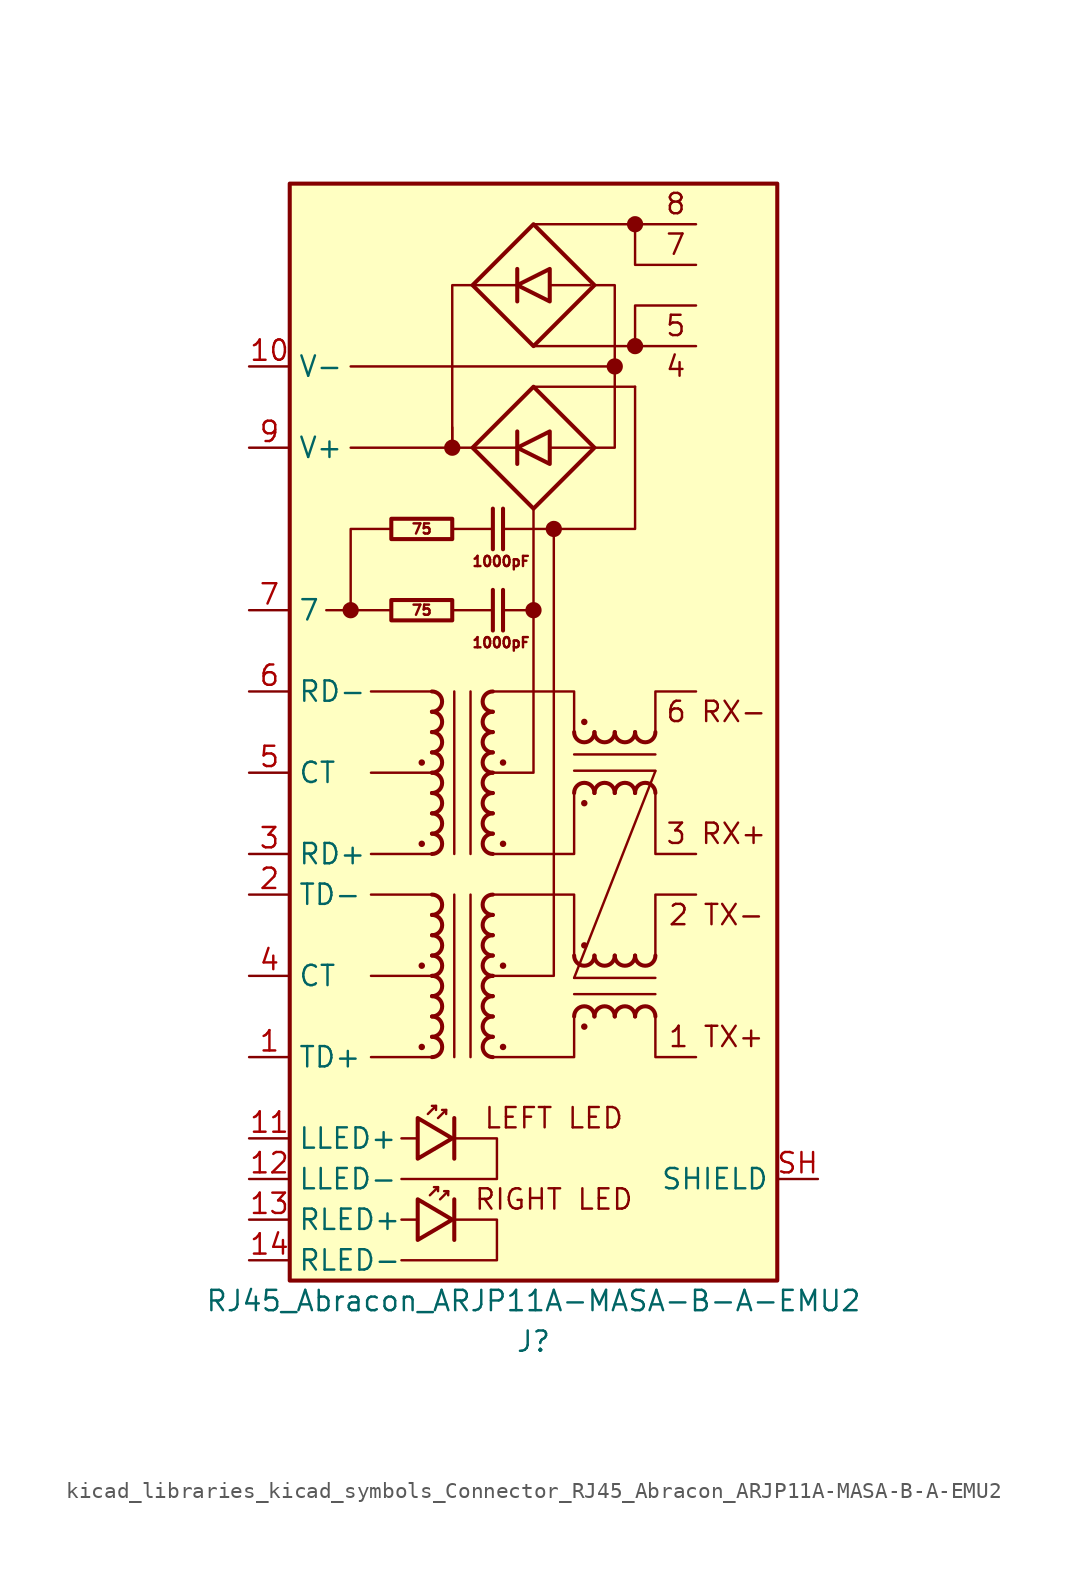
<source format=kicad_sym>
(kicad_symbol_lib
  (version 20220914)
  (generator kicad_symbol_editor)
  (symbol "kicad_libraries_kicad_symbols_Connector_RJ45_Abracon_ARJP11A-MASA-B-A-EMU2"
    (property "Reference" "J"
      (at 0 -38.1 0)
      (effects (font (size 1.27 1.27))))
    (property "Value" "RJ45_Abracon_ARJP11A-MASA-B-A-EMU2"
      (at 0 -35.56 0)
      (effects (font (size 1.27 1.27))))
    (symbol "kicad_libraries_kicad_symbols_Connector_RJ45_Abracon_ARJP11A-MASA-B-A-EMU2_0_0"
      (rectangle (start -15.24 34.29) (end 15.24 -34.29) (stroke (width 0.254) (type default)) (fill (type background)))
      (polyline (pts (xy -11.43 7.62) (xy -12.954 7.62)) (stroke (width 0) (type default)) (fill (type none)))
      (polyline (pts (xy -11.43 22.86) (xy 5.08 22.86)) (stroke (width 0) (type default)) (fill (type none)))
      (polyline (pts (xy -8.89 7.62) (xy -11.43 7.62)) (stroke (width 0) (type default)) (fill (type none)))
      (polyline (pts (xy -8.255 -25.4) (xy -7.239 -25.4)) (stroke (width 0) (type default)) (fill (type none)))
      (polyline (pts (xy -5.08 7.62) (xy -2.54 7.62)) (stroke (width 0) (type default)) (fill (type none)))
      (polyline (pts (xy -5.08 12.7) (xy -2.54 12.7)) (stroke (width 0) (type default)) (fill (type none)))
      (polyline (pts (xy -5.08 17.78) (xy -11.43 17.78)) (stroke (width 0) (type default)) (fill (type none)))
      (polyline (pts (xy -5.08 17.78) (xy -3.81 17.78)) (stroke (width 0) (type default)) (fill (type none)))
      (polyline (pts (xy -5.08 19.05) (xy -5.08 17.78)) (stroke (width 0) (type default)) (fill (type none)))
      (polyline (pts (xy -1.905 7.62) (xy 0 7.62)) (stroke (width 0) (type default)) (fill (type none)))
      (polyline (pts (xy -1.905 12.7) (xy 1.27 12.7)) (stroke (width 0) (type default)) (fill (type none)))
      (polyline (pts (xy 0 21.59) (xy 6.35 21.59)) (stroke (width 0) (type default)) (fill (type none)))
      (polyline (pts (xy 0 24.13) (xy 10.16 24.13)) (stroke (width 0) (type default)) (fill (type none)))
      (polyline (pts (xy 0 31.75) (xy 10.16 31.75)) (stroke (width 0) (type default)) (fill (type none)))
      (polyline (pts (xy -8.89 12.7) (xy -11.43 12.7) (xy -11.43 7.62)) (stroke (width 0) (type default)) (fill (type none)))
      (polyline (pts (xy -3.81 27.94) (xy -5.08 27.94) (xy -5.08 17.78)) (stroke (width 0) (type default)) (fill (type none)))
      (polyline (pts (xy -2.54 -2.54) (xy 0 -2.54) (xy 0 13.97)) (stroke (width 0) (type default)) (fill (type none)))
      (polyline (pts (xy 1.27 12.7) (xy 6.35 12.7) (xy 6.35 21.59)) (stroke (width 0) (type default)) (fill (type none)))
      (polyline (pts (xy 6.35 24.13) (xy 6.35 26.67) (xy 10.16 26.67)) (stroke (width 0) (type default)) (fill (type none)))
      (polyline (pts (xy 6.35 31.75) (xy 6.35 29.21) (xy 10.16 29.21)) (stroke (width 0) (type default)) (fill (type none)))
      (polyline (pts (xy -5.08 -25.4) (xy -2.286 -25.4) (xy -2.286 -27.94) (xy -8.255 -27.94)) (stroke (width 0) (type default)) (fill (type none)))
      (polyline (pts (xy -2.54 -15.24) (xy -1.27 -15.24) (xy 1.27 -15.24) (xy 1.27 12.7)) (stroke (width 0) (type default)) (fill (type none)))
      (polyline (pts (xy 3.81 17.78) (xy 5.08 17.78) (xy 5.08 27.94) (xy 3.81 27.94)) (stroke (width 0) (type default)) (fill (type none)))
      (circle (center 1.27 12.7) (radius 0.0001) (stroke (width 0.508) (type default)) (fill (type none)))
      (text "1 TX+" (at 11.43 -19.05 0) (effects (font (size 1.27 1.27))))
      (text "2 TX-" (at 11.43 -11.43 0) (effects (font (size 1.27 1.27))))
      (text "3 RX+" (at 11.43 -6.35 0) (effects (font (size 1.27 1.27))))
      (text "4" (at 8.89 22.86 0) (effects (font (size 1.27 1.27))))
      (text "5" (at 8.89 25.4 0) (effects (font (size 1.27 1.27))))
      (text "6 RX-" (at 11.43 1.27 0) (effects (font (size 1.27 1.27))))
      (text "7" (at 8.89 30.48 0) (effects (font (size 1.27 1.27))))
      (text "8" (at 8.89 33.02 0) (effects (font (size 1.27 1.27))))
      (text "LEFT LED" (at 1.27 -24.13 0) (effects (font (size 1.27 1.27)))))
    (symbol "kicad_libraries_kicad_symbols_Connector_RJ45_Abracon_ARJP11A-MASA-B-A-EMU2_0_1"
      (circle (center -6.985 -19.685) (radius 0.127) (stroke (width 0) (type default)) (fill (type outline)))
      (circle (center -6.985 -14.605) (radius 0.127) (stroke (width 0) (type default)) (fill (type outline)))
      (circle (center -6.985 -6.985) (radius 0.127) (stroke (width 0) (type default)) (fill (type outline)))
      (circle (center -6.985 -1.905) (radius 0.127) (stroke (width 0) (type default)) (fill (type outline)))
      (circle (center -1.905 -19.685) (radius 0.127) (stroke (width 0) (type default)) (fill (type outline)))
      (circle (center -1.905 -14.605) (radius 0.127) (stroke (width 0) (type default)) (fill (type outline)))
      (circle (center -1.905 -6.985) (radius 0.127) (stroke (width 0) (type default)) (fill (type outline)))
      (circle (center -1.905 -1.905) (radius 0.127) (stroke (width 0) (type default)) (fill (type outline)))
      (polyline (pts (xy -6.35 -20.32) (xy -10.16 -20.32)) (stroke (width 0) (type default)) (fill (type none)))
      (polyline (pts (xy -6.35 -15.24) (xy -10.16 -15.24)) (stroke (width 0) (type default)) (fill (type none)))
      (polyline (pts (xy -6.35 -10.16) (xy -10.16 -10.16)) (stroke (width 0) (type default)) (fill (type none)))
      (polyline (pts (xy -6.35 -7.62) (xy -10.16 -7.62)) (stroke (width 0) (type default)) (fill (type none)))
      (polyline (pts (xy -6.35 -2.54) (xy -10.16 -2.54)) (stroke (width 0) (type default)) (fill (type none)))
      (polyline (pts (xy -6.35 2.54) (xy -10.16 2.54)) (stroke (width 0) (type default)) (fill (type none)))
      (polyline (pts (xy -1.016 17.78) (xy -3.81 17.78)) (stroke (width 0) (type default)) (fill (type none)))
      (polyline (pts (xy -1.016 27.94) (xy -3.81 27.94)) (stroke (width 0) (type default)) (fill (type none)))
      (polyline (pts (xy 1.016 17.78) (xy 3.81 17.78)) (stroke (width 0) (type default)) (fill (type none)))
      (polyline (pts (xy 1.016 27.94) (xy 3.556 27.94)) (stroke (width 0) (type default)) (fill (type none)))
      (polyline (pts (xy 1.016 16.764) (xy 1.016 18.796) (xy -1.016 17.78) (xy 1.016 16.764)) (stroke (width 0.254) (type default)) (fill (type none)))
      (polyline (pts (xy 1.016 26.924) (xy 1.016 28.956) (xy -1.016 27.94) (xy 1.016 26.924)) (stroke (width 0.254) (type default)) (fill (type none)))
      (circle (center 3.175 -18.415) (radius 0.127) (stroke (width 0) (type default)) (fill (type outline)))
      (circle (center 3.175 -13.335) (radius 0.127) (stroke (width 0) (type default)) (fill (type outline)))
      (circle (center 3.175 -4.445) (radius 0.127) (stroke (width 0) (type default)) (fill (type outline)))
      (circle (center 3.175 0.635) (radius 0.127) (stroke (width 0) (type default)) (fill (type outline))))
    (symbol "kicad_libraries_kicad_symbols_Connector_RJ45_Abracon_ARJP11A-MASA-B-A-EMU2_1_0"
      (polyline (pts (xy -2.54 8.89) (xy -2.54 6.35)) (stroke (width 0.254) (type default)) (fill (type none)))
      (polyline (pts (xy -1.905 8.89) (xy -1.905 6.35)) (stroke (width 0.254) (type default)) (fill (type none)))
      (polyline (pts (xy -1.905 13.97) (xy -1.905 11.43)) (stroke (width 0.254) (type default)) (fill (type none)))
      (polyline (pts (xy -3.81 17.78) (xy 0 13.97) (xy 3.81 17.78) (xy 0 21.59) (xy -3.81 17.78)) (stroke (width 0.254) (type default)) (fill (type none)))
      (text "1000pF" (at -2.032 5.588 0) (effects (font (size 0.635 0.635))))
      (text "1000pF" (at -2.032 10.668 0) (effects (font (size 0.635 0.635)))))
    (symbol "kicad_libraries_kicad_symbols_Connector_RJ45_Abracon_ARJP11A-MASA-B-A-EMU2_1_1"
      (circle (center -11.43 7.62) (radius 0.0001) (stroke (width 0.508) (type default)) (fill (type none)))
      (rectangle (start -8.89 8.255) (end -5.08 6.985) (stroke (width 0.254) (type default)) (fill (type none)))
      (rectangle (start -8.89 13.335) (end -5.08 12.065) (stroke (width 0.254) (type default)) (fill (type none)))
      (arc (start -6.35 1.27) (mid -5.7177 1.905) (end -6.35 2.54) (stroke (width 0.254) (type default)) (fill (type none)))
      (arc (start -6.3473 -11.43) (mid -5.715 -10.795) (end -6.3473 -10.16) (stroke (width 0.254) (type default)) (fill (type none)))
      (arc (start -6.3473 -7.62) (mid -5.715 -6.985) (end -6.3473 -6.35) (stroke (width 0.254) (type default)) (fill (type none)))
      (arc (start -6.3473 -6.35) (mid -5.715 -5.715) (end -6.3473 -5.08) (stroke (width 0.254) (type default)) (fill (type none)))
      (arc (start -6.3473 -5.08) (mid -5.715 -4.445) (end -6.3473 -3.81) (stroke (width 0.254) (type default)) (fill (type none)))
      (arc (start -6.3473 -3.81) (mid -5.715 -3.175) (end -6.3473 -2.54) (stroke (width 0.254) (type default)) (fill (type none)))
      (arc (start -6.3473 -2.54) (mid -5.715 -1.905) (end -6.3473 -1.27) (stroke (width 0.254) (type default)) (fill (type none)))
      (arc (start -6.3473 -1.27) (mid -5.715 -0.635) (end -6.3473 0) (stroke (width 0.254) (type default)) (fill (type none)))
      (arc (start -6.3473 0) (mid -5.715 0.635) (end -6.3473 1.27) (stroke (width 0.254) (type default)) (fill (type none)))
      (arc (start -6.3446 -20.32) (mid -5.7123 -19.685) (end -6.3446 -19.05) (stroke (width 0.254) (type default)) (fill (type none)))
      (arc (start -6.3446 -19.05) (mid -5.7123 -18.415) (end -6.3446 -17.78) (stroke (width 0.254) (type default)) (fill (type none)))
      (arc (start -6.3446 -17.78) (mid -5.7123 -17.145) (end -6.3446 -16.51) (stroke (width 0.254) (type default)) (fill (type none)))
      (arc (start -6.3446 -16.51) (mid -5.7123 -15.875) (end -6.3446 -15.24) (stroke (width 0.254) (type default)) (fill (type none)))
      (arc (start -6.3446 -15.24) (mid -5.7123 -14.605) (end -6.3446 -13.97) (stroke (width 0.254) (type default)) (fill (type none)))
      (arc (start -6.3446 -13.97) (mid -5.7123 -13.335) (end -6.3446 -12.7) (stroke (width 0.254) (type default)) (fill (type none)))
      (arc (start -6.3446 -12.7) (mid -5.7123 -12.065) (end -6.3446 -11.43) (stroke (width 0.254) (type default)) (fill (type none)))
      (circle (center -5.08 17.78) (radius 0.0001) (stroke (width 0.508) (type default)) (fill (type none)))
      (arc (start -2.5454 -17.78) (mid -3.1777 -18.415) (end -2.5454 -19.05) (stroke (width 0.254) (type default)) (fill (type none)))
      (arc (start -2.5454 -16.51) (mid -3.1777 -17.145) (end -2.5454 -17.78) (stroke (width 0.254) (type default)) (fill (type none)))
      (arc (start -2.5454 -15.24) (mid -3.1777 -15.875) (end -2.5454 -16.51) (stroke (width 0.254) (type default)) (fill (type none)))
      (arc (start -2.5454 -13.97) (mid -3.1777 -14.605) (end -2.5454 -15.24) (stroke (width 0.254) (type default)) (fill (type none)))
      (arc (start -2.5454 -12.7) (mid -3.1777 -13.335) (end -2.5454 -13.97) (stroke (width 0.254) (type default)) (fill (type none)))
      (arc (start -2.5454 -11.43) (mid -3.1777 -12.065) (end -2.5454 -12.7) (stroke (width 0.254) (type default)) (fill (type none)))
      (arc (start -2.5454 -10.16) (mid -3.1777 -10.795) (end -2.5454 -11.43) (stroke (width 0.254) (type default)) (fill (type none)))
      (arc (start -2.5454 -5.08) (mid -3.1777 -5.715) (end -2.5454 -6.35) (stroke (width 0.254) (type default)) (fill (type none)))
      (arc (start -2.5454 -3.81) (mid -3.1777 -4.445) (end -2.5454 -5.08) (stroke (width 0.254) (type default)) (fill (type none)))
      (arc (start -2.5454 -2.54) (mid -3.1777 -3.175) (end -2.5454 -3.81) (stroke (width 0.254) (type default)) (fill (type none)))
      (arc (start -2.5454 -1.27) (mid -3.1777 -1.905) (end -2.5454 -2.54) (stroke (width 0.254) (type default)) (fill (type none)))
      (arc (start -2.5454 0) (mid -3.1777 -0.635) (end -2.5454 -1.27) (stroke (width 0.254) (type default)) (fill (type none)))
      (arc (start -2.5454 1.27) (mid -3.1777 0.635) (end -2.5454 0) (stroke (width 0.254) (type default)) (fill (type none)))
      (arc (start -2.5454 2.54) (mid -3.1777 1.905) (end -2.5454 1.27) (stroke (width 0.254) (type default)) (fill (type none)))
      (arc (start -2.5427 -19.05) (mid -3.175 -19.685) (end -2.5427 -20.32) (stroke (width 0.254) (type default)) (fill (type none)))
      (arc (start -2.5427 -6.35) (mid -3.175 -6.985) (end -2.5427 -7.62) (stroke (width 0.254) (type default)) (fill (type none)))
      (polyline (pts (xy -8.255 -30.48) (xy -7.239 -30.48)) (stroke (width 0) (type default)) (fill (type none)))
      (polyline (pts (xy -6.096 -23.368) (xy -6.35 -23.368)) (stroke (width 0) (type default)) (fill (type none)))
      (polyline (pts (xy -5.969 -28.448) (xy -6.223 -28.448)) (stroke (width 0) (type default)) (fill (type none)))
      (polyline (pts (xy -5.461 -23.622) (xy -5.715 -23.622)) (stroke (width 0) (type default)) (fill (type none)))
      (polyline (pts (xy -5.334 -28.702) (xy -5.588 -28.702)) (stroke (width 0) (type default)) (fill (type none)))
      (polyline (pts (xy -4.953 -29.21) (xy -4.953 -31.75)) (stroke (width 0.254) (type default)) (fill (type none)))
      (polyline (pts (xy -4.953 -24.13) (xy -4.953 -26.67)) (stroke (width 0.254) (type default)) (fill (type none)))
      (polyline (pts (xy -4.953 -10.16) (xy -4.953 -20.32)) (stroke (width 0) (type default)) (fill (type none)))
      (polyline (pts (xy -4.953 2.54) (xy -4.953 -7.62)) (stroke (width 0) (type default)) (fill (type none)))
      (polyline (pts (xy -3.937 -20.32) (xy -3.937 -10.16)) (stroke (width 0) (type default)) (fill (type none)))
      (polyline (pts (xy -3.937 -7.62) (xy -3.937 2.54)) (stroke (width 0) (type default)) (fill (type none)))
      (polyline (pts (xy -2.54 13.97) (xy -2.54 11.43)) (stroke (width 0.254) (type default)) (fill (type none)))
      (polyline (pts (xy -1.016 18.796) (xy -1.016 16.764)) (stroke (width 0.254) (type default)) (fill (type none)))
      (polyline (pts (xy -1.016 28.956) (xy -1.016 26.924)) (stroke (width 0.254) (type default)) (fill (type none)))
      (polyline (pts (xy 2.54 -16.383) (xy 7.62 -16.383)) (stroke (width 0) (type default)) (fill (type none)))
      (polyline (pts (xy 2.54 -15.367) (xy 7.62 -2.438)) (stroke (width 0) (type default)) (fill (type none)))
      (polyline (pts (xy 2.54 -2.413) (xy 7.62 -2.413)) (stroke (width 0) (type default)) (fill (type none)))
      (polyline (pts (xy 7.62 -15.367) (xy 2.54 -15.367)) (stroke (width 0) (type default)) (fill (type none)))
      (polyline (pts (xy 7.62 -1.397) (xy 2.54 -1.397)) (stroke (width 0) (type default)) (fill (type none)))
      (polyline (pts (xy -6.604 -23.876) (xy -6.096 -23.368) (xy -6.096 -23.622)) (stroke (width 0) (type default)) (fill (type none)))
      (polyline (pts (xy -6.477 -28.956) (xy -5.969 -28.448) (xy -5.969 -28.702)) (stroke (width 0) (type default)) (fill (type none)))
      (polyline (pts (xy -5.969 -24.13) (xy -5.461 -23.622) (xy -5.461 -23.876)) (stroke (width 0) (type default)) (fill (type none)))
      (polyline (pts (xy -5.842 -29.21) (xy -5.334 -28.702) (xy -5.334 -28.956)) (stroke (width 0) (type default)) (fill (type none)))
      (polyline (pts (xy -2.54 -10.16) (xy 2.54 -10.16) (xy 2.54 -13.97)) (stroke (width 0) (type default)) (fill (type none)))
      (polyline (pts (xy -2.54 -7.62) (xy 2.54 -7.62) (xy 2.54 -3.81)) (stroke (width 0) (type default)) (fill (type none)))
      (polyline (pts (xy -2.54 2.54) (xy 2.54 2.54) (xy 2.54 0)) (stroke (width 0) (type default)) (fill (type none)))
      (polyline (pts (xy 2.54 -17.78) (xy 2.54 -20.32) (xy -2.54 -20.32)) (stroke (width 0) (type default)) (fill (type none)))
      (polyline (pts (xy 7.62 -17.78) (xy 7.62 -20.32) (xy 10.16 -20.32)) (stroke (width 0) (type default)) (fill (type none)))
      (polyline (pts (xy 7.62 -13.97) (xy 7.62 -10.16) (xy 10.16 -10.16)) (stroke (width 0) (type default)) (fill (type none)))
      (polyline (pts (xy 7.62 -3.81) (xy 7.62 -7.62) (xy 10.16 -7.62)) (stroke (width 0) (type default)) (fill (type none)))
      (polyline (pts (xy 7.62 0) (xy 7.62 2.54) (xy 10.16 2.54)) (stroke (width 0) (type default)) (fill (type none)))
      (polyline (pts (xy -7.239 -29.21) (xy -7.239 -31.75) (xy -5.08 -30.48) (xy -7.239 -29.21)) (stroke (width 0.254) (type default)) (fill (type none)))
      (polyline (pts (xy -7.239 -24.13) (xy -7.239 -26.67) (xy -5.08 -25.4) (xy -7.239 -24.13)) (stroke (width 0.254) (type default)) (fill (type none)))
      (polyline (pts (xy -5.08 -30.48) (xy -2.286 -30.48) (xy -2.286 -33.02) (xy -8.255 -33.02)) (stroke (width 0) (type default)) (fill (type none)))
      (polyline (pts (xy -3.81 27.94) (xy 0 24.13) (xy 3.81 27.94) (xy 0 31.75) (xy -3.81 27.94)) (stroke (width 0.254) (type default)) (fill (type none)))
      (circle (center 0 7.62) (radius 0.0001) (stroke (width 0.508) (type default)) (fill (type none)))
      (arc (start 2.54 -13.9727) (mid 3.175 -14.605) (end 3.81 -13.9727) (stroke (width 0.254) (type default)) (fill (type none)))
      (arc (start 2.54 -0.0027) (mid 3.175 -0.635) (end 3.81 -0.0027) (stroke (width 0.254) (type default)) (fill (type none)))
      (arc (start 3.81 -17.7773) (mid 3.175 -17.145) (end 2.54 -17.7773) (stroke (width 0.254) (type default)) (fill (type none)))
      (arc (start 3.81 -13.9727) (mid 4.445 -14.605) (end 5.08 -13.9727) (stroke (width 0.254) (type default)) (fill (type none)))
      (arc (start 3.81 -3.8073) (mid 3.175 -3.175) (end 2.54 -3.8073) (stroke (width 0.254) (type default)) (fill (type none)))
      (arc (start 3.81 -0.0027) (mid 4.445 -0.635) (end 5.08 -0.0027) (stroke (width 0.254) (type default)) (fill (type none)))
      (arc (start 5.08 -17.7773) (mid 4.445 -17.145) (end 3.81 -17.7773) (stroke (width 0.254) (type default)) (fill (type none)))
      (arc (start 5.08 -13.9727) (mid 5.715 -14.605) (end 6.35 -13.9727) (stroke (width 0.254) (type default)) (fill (type none)))
      (arc (start 5.08 -3.8073) (mid 4.445 -3.175) (end 3.81 -3.8073) (stroke (width 0.254) (type default)) (fill (type none)))
      (arc (start 5.08 -0.0027) (mid 5.715 -0.635) (end 6.35 -0.0027) (stroke (width 0.254) (type default)) (fill (type none)))
      (circle (center 5.08 22.86) (radius 0.0001) (stroke (width 0.508) (type default)) (fill (type none)))
      (arc (start 6.35 -17.7773) (mid 5.715 -17.145) (end 5.08 -17.7773) (stroke (width 0.254) (type default)) (fill (type none)))
      (arc (start 6.35 -13.9727) (mid 6.985 -14.605) (end 7.62 -13.9727) (stroke (width 0.254) (type default)) (fill (type none)))
      (arc (start 6.35 -3.8073) (mid 5.715 -3.175) (end 5.08 -3.8073) (stroke (width 0.254) (type default)) (fill (type none)))
      (arc (start 6.35 -0.0027) (mid 6.985 -0.635) (end 7.62 -0.0027) (stroke (width 0.254) (type default)) (fill (type none)))
      (circle (center 6.35 24.13) (radius 0.0001) (stroke (width 0.508) (type default)) (fill (type none)))
      (circle (center 6.35 31.75) (radius 0.0001) (stroke (width 0.508) (type default)) (fill (type none)))
      (arc (start 7.62 -17.7773) (mid 6.985 -17.145) (end 6.35 -17.7773) (stroke (width 0.254) (type default)) (fill (type none)))
      (arc (start 7.62 -3.8073) (mid 6.985 -3.175) (end 6.35 -3.8073) (stroke (width 0.254) (type default)) (fill (type none)))
      (text "75" (at -6.985 7.62 0) (effects (font (size 0.635 0.635))))
      (text "75" (at -6.985 12.7 0) (effects (font (size 0.635 0.635))))
      (text "RIGHT LED" (at 1.27 -29.21 0) (effects (font (size 1.27 1.27))))
      (pin passive line (at -17.78 -20.32 0) (length 2.54) (name "TD+" (effects (font (size 1.27 1.27)))) (number "1" (effects (font (size 1.27 1.27)))))
      (pin power_out line (at -17.78 22.86 0) (length 2.54) (name "V-" (effects (font (size 1.27 1.27)))) (number "10" (effects (font (size 1.27 1.27)))))
      (pin passive line (at -17.78 -25.4 0) (length 2.54) (name "LLED+" (effects (font (size 1.27 1.27)))) (number "11" (effects (font (size 1.27 1.27)))))
      (pin passive line (at -17.78 -27.94 0) (length 2.54) (name "LLED-" (effects (font (size 1.27 1.27)))) (number "12" (effects (font (size 1.27 1.27)))))
      (pin passive line (at -17.78 -30.48 0) (length 2.54) (name "RLED+" (effects (font (size 1.27 1.27)))) (number "13" (effects (font (size 1.27 1.27)))))
      (pin passive line (at -17.78 -33.02 0) (length 2.54) (name "RLED-" (effects (font (size 1.27 1.27)))) (number "14" (effects (font (size 1.27 1.27)))))
      (pin passive line (at -17.78 -10.16 0) (length 2.54) (name "TD-" (effects (font (size 1.27 1.27)))) (number "2" (effects (font (size 1.27 1.27)))))
      (pin passive line (at -17.78 -7.62 0) (length 2.54) (name "RD+" (effects (font (size 1.27 1.27)))) (number "3" (effects (font (size 1.27 1.27)))))
      (pin passive line (at -17.78 -15.24 0) (length 2.54) (name "CT" (effects (font (size 1.27 1.27)))) (number "4" (effects (font (size 1.27 1.27)))))
      (pin passive line (at -17.78 -2.54 0) (length 2.54) (name "CT" (effects (font (size 1.27 1.27)))) (number "5" (effects (font (size 1.27 1.27)))))
      (pin passive line (at -17.78 2.54 0) (length 2.54) (name "RD-" (effects (font (size 1.27 1.27)))) (number "6" (effects (font (size 1.27 1.27)))))
      (pin passive line (at -17.78 7.62 0) (length 2.54) (name "7" (effects (font (size 1.27 1.27)))) (number "7" (effects (font (size 1.27 1.27)))))
      (pin power_out line (at -17.78 17.78 0) (length 2.54) (name "V+" (effects (font (size 1.27 1.27)))) (number "9" (effects (font (size 1.27 1.27)))))
      (pin passive line (at 17.78 -27.94 180) (length 2.54) (name "SHIELD" (effects (font (size 1.27 1.27)))) (number "SH" (effects (font (size 1.27 1.27))))))))
</source>
